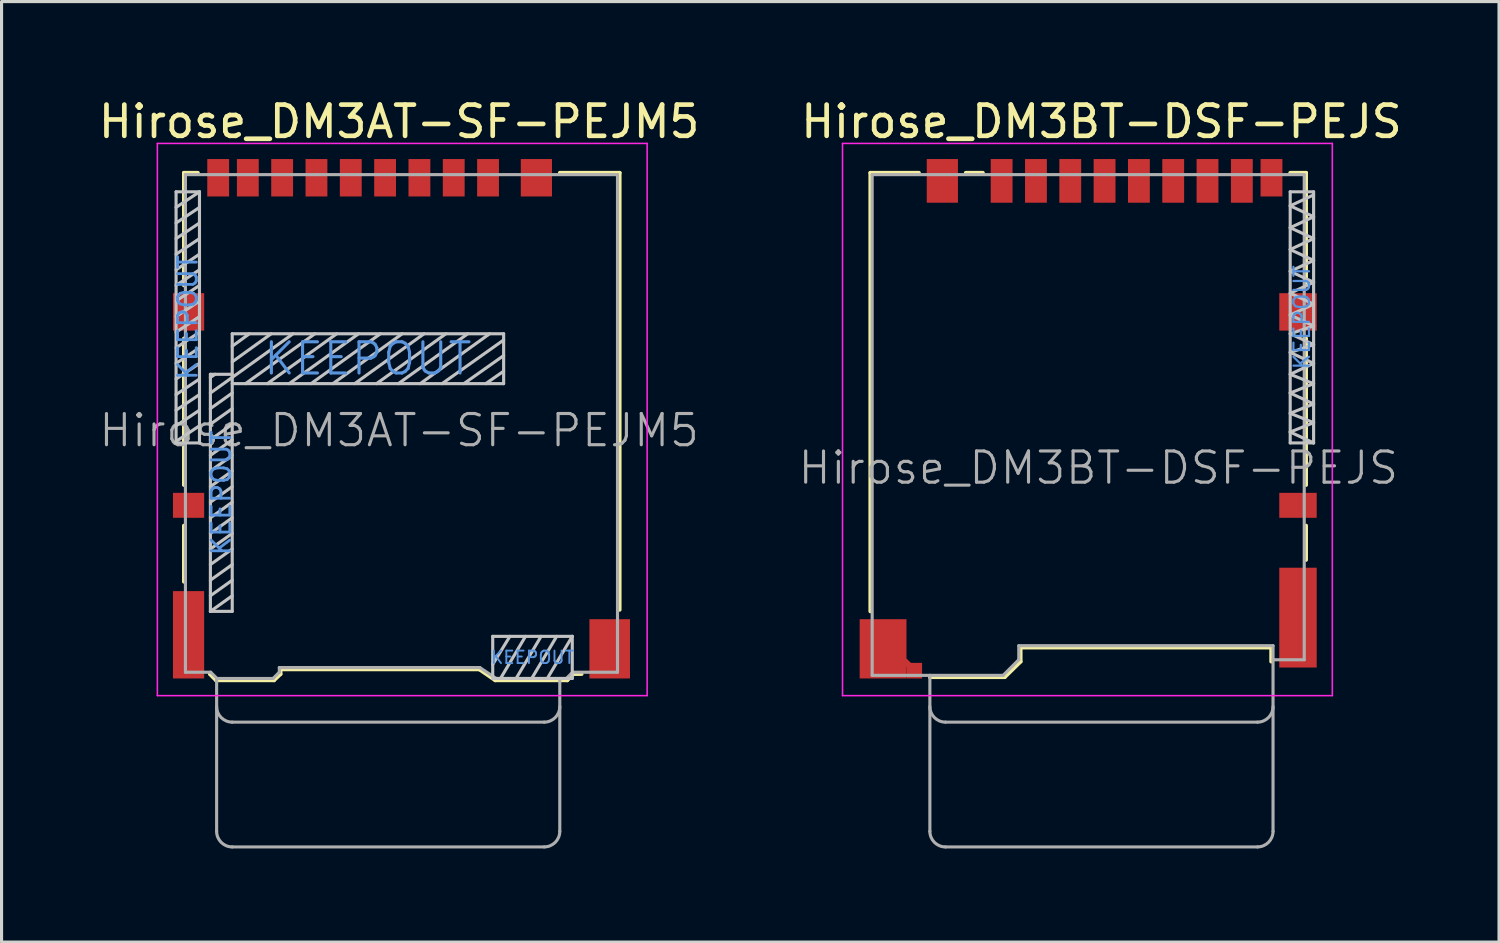
<source format=kicad_pcb>
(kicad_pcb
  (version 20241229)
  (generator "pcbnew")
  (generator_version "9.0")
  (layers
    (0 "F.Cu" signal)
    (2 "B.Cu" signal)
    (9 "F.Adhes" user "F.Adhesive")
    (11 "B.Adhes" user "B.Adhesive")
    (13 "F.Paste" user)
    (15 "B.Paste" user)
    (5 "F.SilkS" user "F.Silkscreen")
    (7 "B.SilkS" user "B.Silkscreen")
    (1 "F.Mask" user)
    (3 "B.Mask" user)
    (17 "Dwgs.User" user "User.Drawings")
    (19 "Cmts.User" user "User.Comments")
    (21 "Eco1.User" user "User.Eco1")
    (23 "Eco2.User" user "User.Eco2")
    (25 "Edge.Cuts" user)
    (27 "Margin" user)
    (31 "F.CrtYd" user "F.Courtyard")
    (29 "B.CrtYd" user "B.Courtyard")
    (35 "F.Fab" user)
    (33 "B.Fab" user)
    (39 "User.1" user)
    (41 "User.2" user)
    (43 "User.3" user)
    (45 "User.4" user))
  (footprint "Hirose_DM3AT-SF-PEJM5"
    (layer "F.Cu")
    (at 12.594 3.248)
    (property "Reference" "Hirose_DM3AT-SF-PEJM5" (at -2.85 -2.4 0) (layer "F.SilkS") (effects (font (size 1 1) (thickness 0.15))))
    (attr smd)
    (fp_line (start -9.75 -0.76) (end -9.75 2.85) (stroke (width 0.12) (type solid)) (layer "F.SilkS"))
    (fp_line (start -9.75 4.55) (end -9.75 9.25) (stroke (width 0.12) (type solid)) (layer "F.SilkS"))
    (fp_line (start -9.75 10.55) (end -9.75 12.35) (stroke (width 0.12) (type solid)) (layer "F.SilkS"))
    (fp_line (start -9.3 -0.76) (end -9.75 -0.76) (stroke (width 0.12) (type solid)) (layer "F.SilkS"))
    (fp_line (start -8.72 15.51) (end -8.92 15.31) (stroke (width 0.12) (type solid)) (layer "F.SilkS"))
    (fp_line (start -8.72 15.51) (end -6.86 15.51) (stroke (width 0.12) (type solid)) (layer "F.SilkS"))
    (fp_line (start -6.86 15.51) (end -6.65 15.31) (stroke (width 0.12) (type solid)) (layer "F.SilkS"))
    (fp_line (start -6.65 15.16) (end -6.65 15.31) (stroke (width 0.12) (type solid)) (layer "F.SilkS"))
    (fp_line (start -6.65 15.16) (end -0.28 15.16) (stroke (width 0.12) (type solid)) (layer "F.SilkS"))
    (fp_line (start 0.23 15.51) (end -0.28 15.16) (stroke (width 0.12) (type solid)) (layer "F.SilkS"))
    (fp_line (start 2.3 -0.76) (end 4.22 -0.76) (stroke (width 0.12) (type solid)) (layer "F.SilkS"))
    (fp_line (start 2.54 15.51) (end 0.23 15.51) (stroke (width 0.12) (type solid)) (layer "F.SilkS"))
    (fp_line (start 2.54 15.51) (end 2.74 15.31) (stroke (width 0.12) (type solid)) (layer "F.SilkS"))
    (fp_line (start 2.74 15.31) (end 3 15.31) (stroke (width 0.12) (type solid)) (layer "F.SilkS"))
    (fp_line (start 4.22 -0.76) (end 4.22 13.25) (stroke (width 0.12) (type solid)) (layer "F.SilkS"))
    (fp_line (start -10 -0.15) (end -9.25 -0.15) (stroke (width 0.1) (type solid)) (layer "Dwgs.User"))
    (fp_line (start -10 7.9) (end -10 -0.15) (stroke (width 0.1) (type solid)) (layer "Dwgs.User"))
    (fp_line (start -9.25 -0.15) (end -10 0.35) (stroke (width 0.1) (type solid)) (layer "Dwgs.User"))
    (fp_line (start -9.25 -0.15) (end -9.25 7.9) (stroke (width 0.1) (type solid)) (layer "Dwgs.User"))
    (fp_line (start -9.25 0.35) (end -10 0.85) (stroke (width 0.1) (type solid)) (layer "Dwgs.User"))
    (fp_line (start -9.25 0.85) (end -10 1.35) (stroke (width 0.1) (type solid)) (layer "Dwgs.User"))
    (fp_line (start -9.25 1.35) (end -10 1.85) (stroke (width 0.1) (type solid)) (layer "Dwgs.User"))
    (fp_line (start -9.25 1.85) (end -10 2.35) (stroke (width 0.1) (type solid)) (layer "Dwgs.User"))
    (fp_line (start -9.25 2.35) (end -10 2.85) (stroke (width 0.1) (type solid)) (layer "Dwgs.User"))
    (fp_line (start -9.25 2.85) (end -10 3.35) (stroke (width 0.1) (type solid)) (layer "Dwgs.User"))
    (fp_line (start -9.25 3.35) (end -10 3.85) (stroke (width 0.1) (type solid)) (layer "Dwgs.User"))
    (fp_line (start -9.25 3.85) (end -10 4.35) (stroke (width 0.1) (type solid)) (layer "Dwgs.User"))
    (fp_line (start -9.25 4.35) (end -10 4.85) (stroke (width 0.1) (type solid)) (layer "Dwgs.User"))
    (fp_line (start -9.25 4.85) (end -10 5.35) (stroke (width 0.1) (type solid)) (layer "Dwgs.User"))
    (fp_line (start -9.25 5.35) (end -10 5.85) (stroke (width 0.1) (type solid)) (layer "Dwgs.User"))
    (fp_line (start -9.25 5.85) (end -10 6.35) (stroke (width 0.1) (type solid)) (layer "Dwgs.User"))
    (fp_line (start -9.25 6.35) (end -10 6.85) (stroke (width 0.1) (type solid)) (layer "Dwgs.User"))
    (fp_line (start -9.25 6.85) (end -10 7.35) (stroke (width 0.1) (type solid)) (layer "Dwgs.User"))
    (fp_line (start -9.25 7.35) (end -10 7.85) (stroke (width 0.1) (type solid)) (layer "Dwgs.User"))
    (fp_line (start -9.25 7.9) (end -10 7.9) (stroke (width 0.1) (type solid)) (layer "Dwgs.User"))
    (fp_line (start -8.9 5.7) (end -8.2 5.7) (stroke (width 0.1) (type solid)) (layer "Dwgs.User"))
    (fp_line (start -8.9 5.8) (end -8.75 5.7) (stroke (width 0.1) (type solid)) (layer "Dwgs.User"))
    (fp_line (start -8.9 6.3) (end -8.2 5.8) (stroke (width 0.1) (type solid)) (layer "Dwgs.User"))
    (fp_line (start -8.9 6.8) (end -8.2 6.3) (stroke (width 0.1) (type solid)) (layer "Dwgs.User"))
    (fp_line (start -8.9 7.3) (end -8.2 6.8) (stroke (width 0.1) (type solid)) (layer "Dwgs.User"))
    (fp_line (start -8.9 7.8) (end -8.2 7.3) (stroke (width 0.1) (type solid)) (layer "Dwgs.User"))
    (fp_line (start -8.9 8.3) (end -8.2 7.8) (stroke (width 0.1) (type solid)) (layer "Dwgs.User"))
    (fp_line (start -8.9 8.8) (end -8.2 8.3) (stroke (width 0.1) (type solid)) (layer "Dwgs.User"))
    (fp_line (start -8.9 9.3) (end -8.2 8.8) (stroke (width 0.1) (type solid)) (layer "Dwgs.User"))
    (fp_line (start -8.9 9.8) (end -8.2 9.3) (stroke (width 0.1) (type solid)) (layer "Dwgs.User"))
    (fp_line (start -8.9 10.3) (end -8.2 9.8) (stroke (width 0.1) (type solid)) (layer "Dwgs.User"))
    (fp_line (start -8.9 10.8) (end -8.2 10.3) (stroke (width 0.1) (type solid)) (layer "Dwgs.User"))
    (fp_line (start -8.9 11.3) (end -8.2 10.8) (stroke (width 0.1) (type solid)) (layer "Dwgs.User"))
    (fp_line (start -8.9 11.8) (end -8.2 11.3) (stroke (width 0.1) (type solid)) (layer "Dwgs.User"))
    (fp_line (start -8.9 12.3) (end -8.2 11.8) (stroke (width 0.1) (type solid)) (layer "Dwgs.User"))
    (fp_line (start -8.9 12.8) (end -8.2 12.3) (stroke (width 0.1) (type solid)) (layer "Dwgs.User"))
    (fp_line (start -8.9 13.3) (end -8.9 5.7) (stroke (width 0.1) (type solid)) (layer "Dwgs.User"))
    (fp_line (start -8.9 13.3) (end -8.2 12.8) (stroke (width 0.1) (type solid)) (layer "Dwgs.User"))
    (fp_line (start -8.2 4.4) (end -8.2 13.3) (stroke (width 0.1) (type solid)) (layer "Dwgs.User"))
    (fp_line (start -8.2 4.4) (end 0.5 4.4) (stroke (width 0.1) (type solid)) (layer "Dwgs.User"))
    (fp_line (start -8.2 5.8) (end -6.25 4.4) (stroke (width 0.1) (type solid)) (layer "Dwgs.User"))
    (fp_line (start -8.2 13.3) (end -8.9 13.3) (stroke (width 0.1) (type solid)) (layer "Dwgs.User"))
    (fp_line (start -7.65 4.4) (end -8.2 4.8) (stroke (width 0.1) (type solid)) (layer "Dwgs.User"))
    (fp_line (start -6.95 4.4) (end -8.2 5.3) (stroke (width 0.1) (type solid)) (layer "Dwgs.User"))
    (fp_line (start -5.55 4.4) (end -7.775 6) (stroke (width 0.1) (type solid)) (layer "Dwgs.User"))
    (fp_line (start -4.85 4.4) (end -7.075 6) (stroke (width 0.1) (type solid)) (layer "Dwgs.User"))
    (fp_line (start -4.15 4.4) (end -6.375 6) (stroke (width 0.1) (type solid)) (layer "Dwgs.User"))
    (fp_line (start -3.45 4.4) (end -5.675 6) (stroke (width 0.1) (type solid)) (layer "Dwgs.User"))
    (fp_line (start -2.75 4.4) (end -4.975 6) (stroke (width 0.1) (type solid)) (layer "Dwgs.User"))
    (fp_line (start -2.05 4.4) (end -4.275 6) (stroke (width 0.1) (type solid)) (layer "Dwgs.User"))
    (fp_line (start -1.35 4.4) (end -3.575 6) (stroke (width 0.1) (type solid)) (layer "Dwgs.User"))
    (fp_line (start -0.65 4.4) (end -2.875 6) (stroke (width 0.1) (type solid)) (layer "Dwgs.User"))
    (fp_line (start 0.05 4.4) (end -2.175 6) (stroke (width 0.1) (type solid)) (layer "Dwgs.User"))
    (fp_line (start 0.15 14.1) (end 2.7 14.1) (stroke (width 0.1) (type solid)) (layer "Dwgs.User"))
    (fp_line (start 0.15 15.45) (end 0.15 14.1) (stroke (width 0.1) (type solid)) (layer "Dwgs.User"))
    (fp_line (start 0.5 4.4) (end 0.5 6) (stroke (width 0.1) (type solid)) (layer "Dwgs.User"))
    (fp_line (start 0.5 4.6) (end -1.475 6) (stroke (width 0.1) (type solid)) (layer "Dwgs.User"))
    (fp_line (start 0.5 5.1) (end -0.775 6) (stroke (width 0.1) (type solid)) (layer "Dwgs.User"))
    (fp_line (start 0.5 5.6) (end -0.075 6) (stroke (width 0.1) (type solid)) (layer "Dwgs.User"))
    (fp_line (start 0.5 6) (end -8.2 6) (stroke (width 0.1) (type solid)) (layer "Dwgs.User"))
    (fp_line (start 0.7 14.1) (end 0.15 15) (stroke (width 0.1) (type solid)) (layer "Dwgs.User"))
    (fp_line (start 1.2 14.1) (end 0.4 15.45) (stroke (width 0.1) (type solid)) (layer "Dwgs.User"))
    (fp_line (start 1.7 14.1) (end 0.9 15.45) (stroke (width 0.1) (type solid)) (layer "Dwgs.User"))
    (fp_line (start 2.2 14.1) (end 1.4 15.45) (stroke (width 0.1) (type solid)) (layer "Dwgs.User"))
    (fp_line (start 2.7 14.1) (end 1.9 15.45) (stroke (width 0.1) (type solid)) (layer "Dwgs.User"))
    (fp_line (start 2.7 14.1) (end 2.7 15.45) (stroke (width 0.1) (type solid)) (layer "Dwgs.User"))
    (fp_line (start 2.7 15.45) (end 0.15 15.45) (stroke (width 0.1) (type solid)) (layer "Dwgs.User"))
    (fp_line (start -10.6 -1.7) (end 5.1 -1.7) (stroke (width 0.05) (type solid)) (layer "F.CrtYd"))
    (fp_line (start -10.6 16) (end -10.6 -1.7) (stroke (width 0.05) (type solid)) (layer "F.CrtYd"))
    (fp_line (start 5.1 -1.7) (end 5.1 16) (stroke (width 0.05) (type solid)) (layer "F.CrtYd"))
    (fp_line (start 5.1 16) (end -10.6 16) (stroke (width 0.05) (type solid)) (layer "F.CrtYd"))
    (fp_line (start -9.7 15.25) (end -9.7 -0.7) (stroke (width 0.1) (type solid)) (layer "F.Fab"))
    (fp_line (start -8.89 15.25) (end -9.7 15.25) (stroke (width 0.1) (type solid)) (layer "F.Fab"))
    (fp_line (start -8.7 15.45) (end -8.7 20.35) (stroke (width 0.1) (type solid)) (layer "F.Fab"))
    (fp_line (start -8.69 15.45) (end -8.89 15.25) (stroke (width 0.1) (type solid)) (layer "F.Fab"))
    (fp_line (start -8.2 16.85) (end 1.8 16.85) (stroke (width 0.1) (type solid)) (layer "F.Fab"))
    (fp_line (start -8.2 20.85) (end 1.8 20.85) (stroke (width 0.1) (type solid)) (layer "F.Fab"))
    (fp_line (start -6.89 15.45) (end -8.69 15.45) (stroke (width 0.1) (type solid)) (layer "F.Fab"))
    (fp_line (start -6.69 15.25) (end -6.89 15.45) (stroke (width 0.1) (type solid)) (layer "F.Fab"))
    (fp_line (start -6.69 15.25) (end -6.69 15.1) (stroke (width 0.1) (type solid)) (layer "F.Fab"))
    (fp_line (start -0.265 15.1) (end -6.69 15.1) (stroke (width 0.1) (type solid)) (layer "F.Fab"))
    (fp_line (start 0.26 15.45) (end -0.265 15.1) (stroke (width 0.1) (type solid)) (layer "F.Fab"))
    (fp_line (start 2.3 20.35) (end 2.3 15.45) (stroke (width 0.1) (type solid)) (layer "F.Fab"))
    (fp_line (start 2.51 15.45) (end 0.26 15.45) (stroke (width 0.1) (type solid)) (layer "F.Fab"))
    (fp_line (start 2.51 15.45) (end 2.71 15.25) (stroke (width 0.1) (type solid)) (layer "F.Fab"))
    (fp_line (start 2.71 15.25) (end 4.15 15.25) (stroke (width 0.1) (type solid)) (layer "F.Fab"))
    (fp_line (start 4.15 -0.7) (end -9.7 -0.7) (stroke (width 0.1) (type solid)) (layer "F.Fab"))
    (fp_line (start 4.15 15.25) (end 4.15 -0.7) (stroke (width 0.1) (type solid)) (layer "F.Fab"))
    (fp_arc (start -8.2 16.85) (mid -8.553553 16.703553) (end -8.7 16.35) (stroke (width 0.1) (type solid)) (layer "F.Fab"))
    (fp_arc (start -8.2 20.85) (mid -8.553553 20.703553) (end -8.7 20.35) (stroke (width 0.1) (type solid)) (layer "F.Fab"))
    (fp_arc (start 2.3 16.35) (mid 2.153553 16.703553) (end 1.8 16.85) (stroke (width 0.1) (type solid)) (layer "F.Fab"))
    (fp_arc (start 2.3 20.35) (mid 2.153553 20.703553) (end 1.8 20.85) (stroke (width 0.1) (type solid)) (layer "F.Fab"))
    (fp_text user "KEEPOUT" (at -9.625 3.875 90) (layer "Cmts.User") (effects (font (size 0.6 0.6) (thickness 0.09))))
    (fp_text user "KEEPOUT" (at -3.85 5.2 0) (layer "Cmts.User") (effects (font (size 1 1) (thickness 0.1))))
    (fp_text user "KEEPOUT" (at 1.425 14.775 0) (layer "Cmts.User") (effects (font (size 0.4 0.4) (thickness 0.06))))
    (fp_text user "KEEPOUT" (at -8.55 9.5 90) (layer "Cmts.User") (effects (font (size 0.6 0.6) (thickness 0.09))))
    (fp_text user "${REFERENCE}" (at -2.85 7.5 0) (layer "F.Fab") (effects (font (size 1 1) (thickness 0.1))))
    (pad "1" smd rect (at 0 -0.6) (size 0.7 1.2) (layers "F.Cu" "F.Mask" "F.Paste"))
    (pad "2" smd rect (at -1.1 -0.6) (size 0.7 1.2) (layers "F.Cu" "F.Mask" "F.Paste"))
    (pad "3" smd rect (at -2.2 -0.6) (size 0.7 1.2) (layers "F.Cu" "F.Mask" "F.Paste"))
    (pad "4" smd rect (at -3.3 -0.6) (size 0.7 1.2) (layers "F.Cu" "F.Mask" "F.Paste"))
    (pad "5" smd rect (at -4.4 -0.6) (size 0.7 1.2) (layers "F.Cu" "F.Mask" "F.Paste"))
    (pad "6" smd rect (at -5.5 -0.6) (size 0.7 1.2) (layers "F.Cu" "F.Mask" "F.Paste"))
    (pad "7" smd rect (at -6.6 -0.6) (size 0.7 1.2) (layers "F.Cu" "F.Mask" "F.Paste"))
    (pad "8" smd rect (at -7.7 -0.6) (size 0.7 1.2) (layers "F.Cu" "F.Mask" "F.Paste"))
    (pad "9" smd rect (at -8.65 -0.6) (size 0.7 1.2) (layers "F.Cu" "F.Mask" "F.Paste"))
    (pad "10" smd rect (at -9.6 9.9) (size 1 0.8) (layers "F.Cu" "F.Mask" "F.Paste"))
    (pad "11" smd rect (at -9.6 3.7) (size 1 1.2) (layers "F.Cu" "F.Mask" "F.Paste"))
    (pad "11" smd rect (at -9.6 14.05) (size 1 2.8) (layers "F.Cu" "F.Mask" "F.Paste"))
    (pad "11" smd rect (at 1.55 -0.6) (size 1 1.2) (layers "F.Cu" "F.Mask" "F.Paste"))
    (pad "11" smd rect (at 3.9 14.5) (size 1.3 1.9) (layers "F.Cu" "F.Mask" "F.Paste")))
  (footprint "Hirose_DM3BT-DSF-PEJS"
    (layer "F.Cu")
    (at 29.057 3.448)
    (property "Reference" "Hirose_DM3BT-DSF-PEJS" (at 3.2 -2.6 0) (layer "F.SilkS") (effects (font (size 1 1) (thickness 0.15))))
    (attr smd)
    (fp_line (start -4.21 -0.96) (end -4.21 13.1) (stroke (width 0.12) (type solid)) (layer "F.SilkS"))
    (fp_line (start -4.21 -0.96) (end -2.65 -0.96) (stroke (width 0.12) (type solid)) (layer "F.SilkS"))
    (fp_line (start -2.3 15.21) (end 0.1 15.21) (stroke (width 0.12) (type solid)) (layer "F.SilkS"))
    (fp_line (start -0.6 -0.96) (end -1.15 -0.96) (stroke (width 0.12) (type solid)) (layer "F.SilkS"))
    (fp_line (start 0.11 15.2) (end 0.61 14.71) (stroke (width 0.12) (type solid)) (layer "F.SilkS"))
    (fp_line (start 0.61 14.26) (end 0.61 14.71) (stroke (width 0.12) (type solid)) (layer "F.SilkS"))
    (fp_line (start 8.64 14.26) (end 0.61 14.26) (stroke (width 0.12) (type solid)) (layer "F.SilkS"))
    (fp_line (start 8.64 14.26) (end 8.64 14.71) (stroke (width 0.12) (type solid)) (layer "F.SilkS"))
    (fp_line (start 9.25 -0.96) (end 9.76 -0.96) (stroke (width 0.12) (type solid)) (layer "F.SilkS"))
    (fp_line (start 9.76 -0.96) (end 9.76 2.65) (stroke (width 0.12) (type solid)) (layer "F.SilkS"))
    (fp_line (start 9.76 4.35) (end 9.76 9.05) (stroke (width 0.12) (type solid)) (layer "F.SilkS"))
    (fp_line (start 9.76 10.35) (end 9.76 11.45) (stroke (width 0.12) (type solid)) (layer "F.SilkS"))
    (fp_line (start 9.25 0.1) (end 10 -0.25) (stroke (width 0.1) (type solid)) (layer "Dwgs.User"))
    (fp_line (start 9.25 0.8) (end 10 0.45) (stroke (width 0.1) (type solid)) (layer "Dwgs.User"))
    (fp_line (start 9.25 1.5) (end 10 1.15) (stroke (width 0.1) (type solid)) (layer "Dwgs.User"))
    (fp_line (start 9.25 2.2) (end 10 1.85) (stroke (width 0.1) (type solid)) (layer "Dwgs.User"))
    (fp_line (start 9.25 2.9) (end 10 2.55) (stroke (width 0.1) (type solid)) (layer "Dwgs.User"))
    (fp_line (start 9.25 3.6) (end 10 3.25) (stroke (width 0.1) (type solid)) (layer "Dwgs.User"))
    (fp_line (start 9.25 4.2) (end 10 3.95) (stroke (width 0.1) (type solid)) (layer "Dwgs.User"))
    (fp_line (start 9.25 4.8) (end 10 4.55) (stroke (width 0.1) (type solid)) (layer "Dwgs.User"))
    (fp_line (start 9.25 5.5) (end 10 5.15) (stroke (width 0.1) (type solid)) (layer "Dwgs.User"))
    (fp_line (start 9.25 6.1) (end 10 5.8) (stroke (width 0.1) (type solid)) (layer "Dwgs.User"))
    (fp_line (start 9.25 6.75) (end 10 6.45) (stroke (width 0.1) (type solid)) (layer "Dwgs.User"))
    (fp_line (start 9.25 7.35) (end 10 7.05) (stroke (width 0.1) (type solid)) (layer "Dwgs.User"))
    (fp_line (start 9.25 7.7) (end 9.25 -0.35) (stroke (width 0.1) (type solid)) (layer "Dwgs.User"))
    (fp_line (start 10 -0.35) (end 9.25 -0.35) (stroke (width 0.1) (type solid)) (layer "Dwgs.User"))
    (fp_line (start 10 0.45) (end 9.25 0.1) (stroke (width 0.1) (type solid)) (layer "Dwgs.User"))
    (fp_line (start 10 1.15) (end 9.25 0.8) (stroke (width 0.1) (type solid)) (layer "Dwgs.User"))
    (fp_line (start 10 1.85) (end 9.25 1.5) (stroke (width 0.1) (type solid)) (layer "Dwgs.User"))
    (fp_line (start 10 2.55) (end 9.25 2.2) (stroke (width 0.1) (type solid)) (layer "Dwgs.User"))
    (fp_line (start 10 3.25) (end 9.25 2.9) (stroke (width 0.1) (type solid)) (layer "Dwgs.User"))
    (fp_line (start 10 3.95) (end 9.25 3.6) (stroke (width 0.1) (type solid)) (layer "Dwgs.User"))
    (fp_line (start 10 4.55) (end 9.25 4.2) (stroke (width 0.1) (type solid)) (layer "Dwgs.User"))
    (fp_line (start 10 5.15) (end 9.25 4.8) (stroke (width 0.1) (type solid)) (layer "Dwgs.User"))
    (fp_line (start 10 5.8) (end 9.25 5.5) (stroke (width 0.1) (type solid)) (layer "Dwgs.User"))
    (fp_line (start 10 6.45) (end 9.25 6.1) (stroke (width 0.1) (type solid)) (layer "Dwgs.User"))
    (fp_line (start 10 7.05) (end 9.25 6.75) (stroke (width 0.1) (type solid)) (layer "Dwgs.User"))
    (fp_line (start 10 7.7) (end 9.25 7.35) (stroke (width 0.1) (type solid)) (layer "Dwgs.User"))
    (fp_line (start 10 7.7) (end 9.25 7.7) (stroke (width 0.1) (type solid)) (layer "Dwgs.User"))
    (fp_line (start 10 7.7) (end 10 -0.35) (stroke (width 0.1) (type solid)) (layer "Dwgs.User"))
    (fp_line (start -5.1 -1.9) (end 10.6 -1.9) (stroke (width 0.05) (type solid)) (layer "F.CrtYd"))
    (fp_line (start -5.1 15.8) (end -5.1 -1.9) (stroke (width 0.05) (type solid)) (layer "F.CrtYd"))
    (fp_line (start 10.6 -1.9) (end 10.6 15.8) (stroke (width 0.05) (type solid)) (layer "F.CrtYd"))
    (fp_line (start 10.6 15.8) (end -5.1 15.8) (stroke (width 0.05) (type solid)) (layer "F.CrtYd"))
    (fp_line (start -4.15 -0.9) (end 9.7 -0.9) (stroke (width 0.1) (type solid)) (layer "F.Fab"))
    (fp_line (start -4.15 15.15) (end -4.15 -0.9) (stroke (width 0.1) (type solid)) (layer "F.Fab"))
    (fp_line (start -4.15 15.15) (end 0.05 15.15) (stroke (width 0.1) (type solid)) (layer "F.Fab"))
    (fp_line (start -2.3 15.15) (end -2.3 20.15) (stroke (width 0.1) (type solid)) (layer "F.Fab"))
    (fp_line (start -1.8 16.65) (end 8.2 16.65) (stroke (width 0.1) (type solid)) (layer "F.Fab"))
    (fp_line (start -1.8 20.65) (end 8.2 20.65) (stroke (width 0.1) (type solid)) (layer "F.Fab"))
    (fp_line (start 0.55 14.2) (end 0.55 14.65) (stroke (width 0.1) (type solid)) (layer "F.Fab"))
    (fp_line (start 0.55 14.2) (end 8.7 14.2) (stroke (width 0.1) (type solid)) (layer "F.Fab"))
    (fp_line (start 0.55 14.65) (end 0.05 15.15) (stroke (width 0.1) (type solid)) (layer "F.Fab"))
    (fp_line (start 8.7 20.15) (end 8.7 14.2) (stroke (width 0.1) (type solid)) (layer "F.Fab"))
    (fp_line (start 9.7 14.65) (end 8.7 14.65) (stroke (width 0.1) (type solid)) (layer "F.Fab"))
    (fp_line (start 9.7 14.65) (end 9.7 -0.9) (stroke (width 0.1) (type solid)) (layer "F.Fab"))
    (fp_arc (start -1.8 16.65) (mid -2.153553 16.503553) (end -2.3 16.15) (stroke (width 0.1) (type solid)) (layer "F.Fab"))
    (fp_arc (start -1.8 20.65) (mid -2.153553 20.503553) (end -2.3 20.15) (stroke (width 0.1) (type solid)) (layer "F.Fab"))
    (fp_arc (start 8.7 16.15) (mid 8.553553 16.503553) (end 8.2 16.65) (stroke (width 0.1) (type solid)) (layer "F.Fab"))
    (fp_arc (start 8.7 20.15) (mid 8.553553 20.503553) (end 8.2 20.65) (stroke (width 0.1) (type solid)) (layer "F.Fab"))
    (fp_text user "KEEPOUT" (at 9.625 3.675 90) (layer "Cmts.User") (effects (font (size 0.5 0.5) (thickness 0.07))))
    (fp_text user "${REFERENCE}" (at 3.1 8.5 0) (layer "F.Fab") (effects (font (size 1 1) (thickness 0.1))))
    (pad "1" smd rect (at 0 -0.7) (size 0.7 1.4) (layers "F.Cu" "F.Mask" "F.Paste"))
    (pad "2" smd rect (at 1.1 -0.7) (size 0.7 1.4) (layers "F.Cu" "F.Mask" "F.Paste"))
    (pad "3" smd rect (at 2.2 -0.7) (size 0.7 1.4) (layers "F.Cu" "F.Mask" "F.Paste"))
    (pad "4" smd rect (at 3.3 -0.7) (size 0.7 1.4) (layers "F.Cu" "F.Mask" "F.Paste"))
    (pad "5" smd rect (at 4.4 -0.7) (size 0.7 1.4) (layers "F.Cu" "F.Mask" "F.Paste"))
    (pad "6" smd rect (at 5.5 -0.7) (size 0.7 1.4) (layers "F.Cu" "F.Mask" "F.Paste"))
    (pad "7" smd rect (at 6.6 -0.7) (size 0.7 1.4) (layers "F.Cu" "F.Mask" "F.Paste"))
    (pad "8" smd rect (at 7.7 -0.7) (size 0.7 1.4) (layers "F.Cu" "F.Mask" "F.Paste"))
    (pad "9" smd rect (at 8.65 -0.8) (size 0.7 1.2) (layers "F.Cu" "F.Mask" "F.Paste"))
    (pad "10" smd rect (at 9.5 9.7) (size 1.2 0.8) (layers "F.Cu" "F.Mask" "F.Paste"))
    (pad "11" smd rect (at -3.8 14.3) (size 1.5 1.9) (layers "F.Cu" "F.Mask" "F.Paste"))
    (pad "11" smd rect (at -3.05 14.75 45) (size 0.2 0.2) (layers "F.Cu" "F.Mask" "F.Paste"))
    (pad "11" smd rect (at -2.8 15) (size 0.5 0.5) (layers "F.Cu" "F.Mask" "F.Paste"))
    (pad "11" smd rect (at -1.9 -0.7) (size 1 1.4) (layers "F.Cu" "F.Mask" "F.Paste"))
    (pad "11" smd rect (at 9.5 3.5) (size 1.2 1.2) (layers "F.Cu" "F.Mask" "F.Paste"))
    (pad "11" smd rect (at 9.5 13.3) (size 1.2 3.2) (layers "F.Cu" "F.Mask" "F.Paste")))
  (gr_rect
    (start -3 -3)
    (end 45.001 27.148)
    (stroke (width 0.1) (type default))
    (fill no)
    (layer "Edge.Cuts")))
</source>
